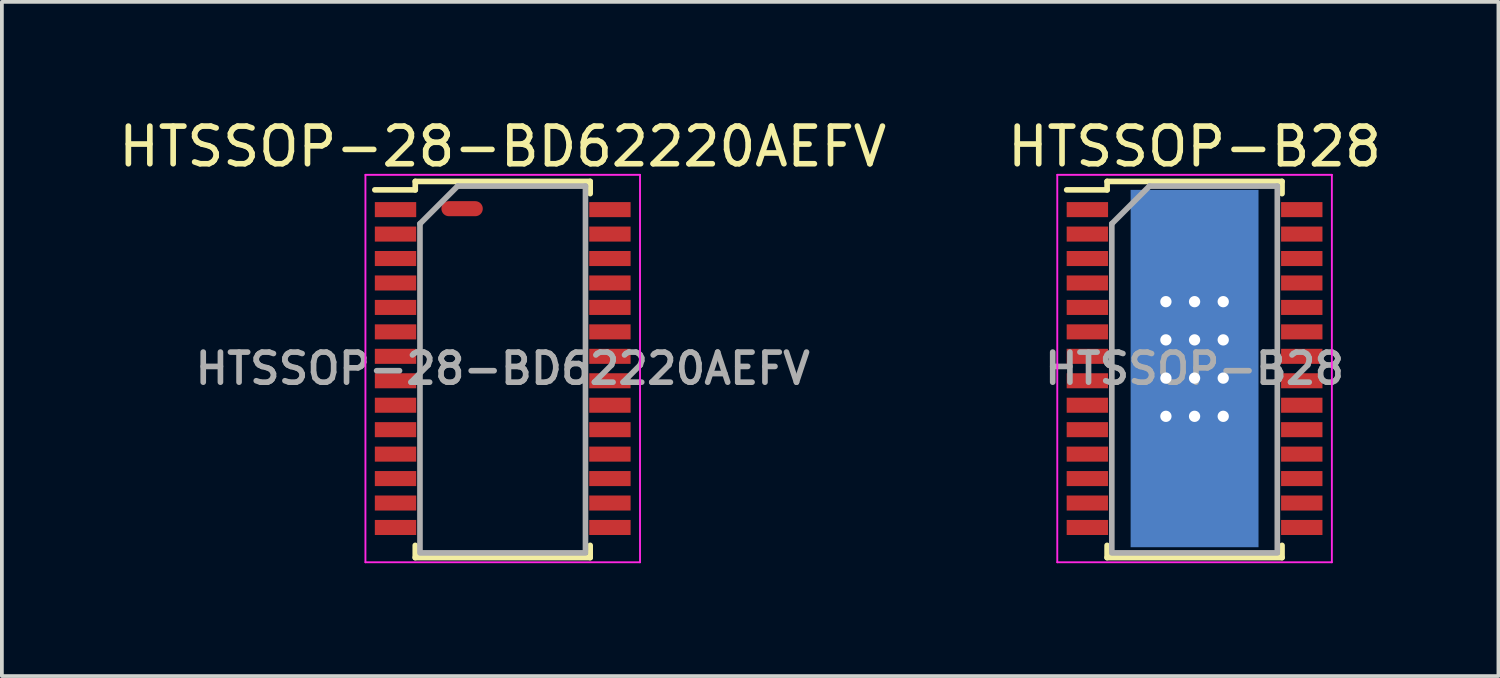
<source format=kicad_pcb>
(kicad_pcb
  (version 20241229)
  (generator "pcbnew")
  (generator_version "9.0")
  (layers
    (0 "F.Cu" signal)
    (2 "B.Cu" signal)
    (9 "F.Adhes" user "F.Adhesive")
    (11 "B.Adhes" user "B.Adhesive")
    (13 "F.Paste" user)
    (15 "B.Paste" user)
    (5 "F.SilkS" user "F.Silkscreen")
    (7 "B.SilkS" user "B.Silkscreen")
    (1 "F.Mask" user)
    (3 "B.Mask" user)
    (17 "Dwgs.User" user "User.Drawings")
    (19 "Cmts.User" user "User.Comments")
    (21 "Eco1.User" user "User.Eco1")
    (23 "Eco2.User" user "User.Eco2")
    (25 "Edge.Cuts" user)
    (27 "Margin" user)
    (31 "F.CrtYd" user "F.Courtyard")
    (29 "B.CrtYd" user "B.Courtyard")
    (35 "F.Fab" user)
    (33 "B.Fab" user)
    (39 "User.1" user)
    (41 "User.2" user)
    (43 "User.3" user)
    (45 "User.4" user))
  (footprint "HTSSOP-28-BD62220AEFV"
    (layer "F.Cu")
    (at 10.315 6.748)
    (property "Reference" "HTSSOP-28-BD62220AEFV" (at 0 -5.9 0) (layer "F.SilkS") (effects (font (size 1 1) (thickness 0.15))))
    (attr smd)
    (fp_poly (pts (xy -1.45 -2.75) (xy 1.45 -2.75) (xy 1.45 2.75) (xy -1.45 2.75)) (stroke (width 0.01) (type solid)) (fill yes) (layer "F.Mask"))
    (fp_line (start -2.325 -4.975) (end -2.325 -4.75) (stroke (width 0.15) (type solid)) (layer "F.SilkS"))
    (fp_line (start -2.325 -4.975) (end 2.325 -4.975) (stroke (width 0.15) (type solid)) (layer "F.SilkS"))
    (fp_line (start -2.325 -4.75) (end -3.4 -4.75) (stroke (width 0.15) (type solid)) (layer "F.SilkS"))
    (fp_line (start -2.325 5.026) (end -2.325 4.701) (stroke (width 0.15) (type solid)) (layer "F.SilkS"))
    (fp_line (start -2.325 5.026) (end 2.325 5.026) (stroke (width 0.15) (type solid)) (layer "F.SilkS"))
    (fp_line (start 2.325 -4.975) (end 2.325 -4.65) (stroke (width 0.15) (type solid)) (layer "F.SilkS"))
    (fp_line (start 2.325 5.026) (end 2.325 4.701) (stroke (width 0.15) (type solid)) (layer "F.SilkS"))
    (fp_line (start -3.65 -5.15) (end -3.65 5.15) (stroke (width 0.05) (type solid)) (layer "F.CrtYd"))
    (fp_line (start -3.65 -5.15) (end 3.65 -5.15) (stroke (width 0.05) (type solid)) (layer "F.CrtYd"))
    (fp_line (start -3.65 5.15) (end 3.65 5.15) (stroke (width 0.05) (type solid)) (layer "F.CrtYd"))
    (fp_line (start 3.65 -5.15) (end 3.65 5.15) (stroke (width 0.05) (type solid)) (layer "F.CrtYd"))
    (fp_line (start -2.2 -3.85) (end -1.2 -4.85) (stroke (width 0.15) (type solid)) (layer "F.Fab"))
    (fp_line (start -2.2 4.85) (end -2.2 -3.85) (stroke (width 0.15) (type solid)) (layer "F.Fab"))
    (fp_line (start -1.2 -4.85) (end 2.2 -4.85) (stroke (width 0.15) (type solid)) (layer "F.Fab"))
    (fp_line (start 2.2 -4.85) (end 2.2 4.85) (stroke (width 0.15) (type solid)) (layer "F.Fab"))
    (fp_line (start 2.2 4.901) (end -2.2 4.901) (stroke (width 0.15) (type solid)) (layer "F.Fab"))
    (fp_text user "${REFERENCE}" (at 0 0 0) (layer "F.Fab") (effects (font (size 0.8 0.8) (thickness 0.15))))
    (pad "1" smd rect (at -2.85 -4.225) (size 1.1 0.4) (layers "F.Cu" "F.Mask" "F.Paste"))
    (pad "2" smd rect (at -2.85 -3.575) (size 1.1 0.4) (layers "F.Cu" "F.Mask" "F.Paste"))
    (pad "3" smd rect (at -2.85 -2.925) (size 1.1 0.4) (layers "F.Cu" "F.Mask" "F.Paste"))
    (pad "4" smd rect (at -2.85 -2.275) (size 1.1 0.4) (layers "F.Cu" "F.Mask" "F.Paste"))
    (pad "5" smd rect (at -2.85 -1.625) (size 1.1 0.4) (layers "F.Cu" "F.Mask" "F.Paste"))
    (pad "6" smd rect (at -2.85 -0.975) (size 1.1 0.4) (layers "F.Cu" "F.Mask" "F.Paste"))
    (pad "7" smd rect (at -2.85 -0.325) (size 1.1 0.4) (layers "F.Cu" "F.Mask" "F.Paste"))
    (pad "8" smd rect (at -2.85 0.325) (size 1.1 0.4) (layers "F.Cu" "F.Mask" "F.Paste"))
    (pad "9" smd rect (at -2.85 0.975) (size 1.1 0.4) (layers "F.Cu" "F.Mask" "F.Paste"))
    (pad "10" smd rect (at -2.85 1.625) (size 1.1 0.4) (layers "F.Cu" "F.Mask" "F.Paste"))
    (pad "11" smd rect (at -2.85 2.275) (size 1.1 0.4) (layers "F.Cu" "F.Mask" "F.Paste"))
    (pad "12" smd rect (at -2.85 2.925) (size 1.1 0.4) (layers "F.Cu" "F.Mask" "F.Paste"))
    (pad "13" smd rect (at -2.85 3.575) (size 1.1 0.4) (layers "F.Cu" "F.Mask" "F.Paste"))
    (pad "14" smd rect (at -2.85 4.225) (size 1.1 0.4) (layers "F.Cu" "F.Mask" "F.Paste"))
    (pad "15" smd rect (at 2.85 4.225) (size 1.1 0.4) (layers "F.Cu" "F.Mask" "F.Paste"))
    (pad "16" smd rect (at 2.85 3.575) (size 1.1 0.4) (layers "F.Cu" "F.Mask" "F.Paste"))
    (pad "17" smd rect (at 2.85 2.925) (size 1.1 0.4) (layers "F.Cu" "F.Mask" "F.Paste"))
    (pad "18" smd rect (at 2.85 2.275) (size 1.1 0.4) (layers "F.Cu" "F.Mask" "F.Paste"))
    (pad "19" smd rect (at 2.85 1.625) (size 1.1 0.4) (layers "F.Cu" "F.Mask" "F.Paste"))
    (pad "20" smd rect (at 2.85 0.975) (size 1.1 0.4) (layers "F.Cu" "F.Mask" "F.Paste"))
    (pad "21" smd rect (at 2.85 0.325) (size 1.1 0.4) (layers "F.Cu" "F.Mask" "F.Paste"))
    (pad "22" smd rect (at 2.85 -0.325) (size 1.1 0.4) (layers "F.Cu" "F.Mask" "F.Paste"))
    (pad "23" smd rect (at 2.85 -0.975) (size 1.1 0.4) (layers "F.Cu" "F.Mask" "F.Paste"))
    (pad "24" smd rect (at 2.85 -1.625) (size 1.1 0.4) (layers "F.Cu" "F.Mask" "F.Paste"))
    (pad "25" smd rect (at 2.85 -2.275) (size 1.1 0.4) (layers "F.Cu" "F.Mask" "F.Paste"))
    (pad "26" smd rect (at 2.85 -2.925) (size 1.1 0.4) (layers "F.Cu" "F.Mask" "F.Paste"))
    (pad "27" smd rect (at 2.85 -3.575) (size 1.1 0.4) (layers "F.Cu" "F.Mask" "F.Paste"))
    (pad "28" smd rect (at 2.85 -4.225) (size 1.1 0.4) (layers "F.Cu" "F.Mask" "F.Paste"))
    (pad "29" smd oval (at -1.08 -4.25) (size 1.1 0.4) (layers "F.Cu")))
  (footprint "HTSSOP-B28"
    (layer "F.Cu")
    (at 28.708 6.748)
    (property "Reference" "HTSSOP-B28" (at 0 -5.9 0) (layer "F.SilkS") (effects (font (size 1 1) (thickness 0.15))))
    (attr smd)
    (fp_line (start -2.325 -4.975) (end -2.325 -4.75) (stroke (width 0.15) (type solid)) (layer "F.SilkS"))
    (fp_line (start -2.325 -4.975) (end 2.325 -4.975) (stroke (width 0.15) (type solid)) (layer "F.SilkS"))
    (fp_line (start -2.325 -4.75) (end -3.4 -4.75) (stroke (width 0.15) (type solid)) (layer "F.SilkS"))
    (fp_line (start -2.325 5.026) (end -2.325 4.701) (stroke (width 0.15) (type solid)) (layer "F.SilkS"))
    (fp_line (start -2.325 5.026) (end 2.325 5.026) (stroke (width 0.15) (type solid)) (layer "F.SilkS"))
    (fp_line (start 2.325 -4.975) (end 2.325 -4.65) (stroke (width 0.15) (type solid)) (layer "F.SilkS"))
    (fp_line (start 2.325 5.026) (end 2.325 4.701) (stroke (width 0.15) (type solid)) (layer "F.SilkS"))
    (fp_line (start -3.65 -5.15) (end -3.65 5.15) (stroke (width 0.05) (type solid)) (layer "F.CrtYd"))
    (fp_line (start -3.65 -5.15) (end 3.65 -5.15) (stroke (width 0.05) (type solid)) (layer "F.CrtYd"))
    (fp_line (start -3.65 5.15) (end 3.65 5.15) (stroke (width 0.05) (type solid)) (layer "F.CrtYd"))
    (fp_line (start 3.65 -5.15) (end 3.65 5.15) (stroke (width 0.05) (type solid)) (layer "F.CrtYd"))
    (fp_line (start -2.2 -3.85) (end -1.2 -4.85) (stroke (width 0.15) (type solid)) (layer "F.Fab"))
    (fp_line (start -2.2 4.85) (end -2.2 -3.85) (stroke (width 0.15) (type solid)) (layer "F.Fab"))
    (fp_line (start -1.2 -4.85) (end 2.2 -4.85) (stroke (width 0.15) (type solid)) (layer "F.Fab"))
    (fp_line (start 2.2 -4.85) (end 2.2 4.85) (stroke (width 0.15) (type solid)) (layer "F.Fab"))
    (fp_line (start 2.2 4.901) (end -2.2 4.901) (stroke (width 0.15) (type solid)) (layer "F.Fab"))
    (fp_text user "${REFERENCE}" (at 0 0 0) (layer "F.Fab") (effects (font (size 0.8 0.8) (thickness 0.15))))
    (pad "" smd rect (at 0 0) (size 2.9 5.5) (layers "F.Paste"))
    (pad "1" smd rect (at -2.85 -4.225) (size 1.1 0.4) (layers "F.Cu" "F.Mask" "F.Paste"))
    (pad "2" smd rect (at -2.85 -3.575) (size 1.1 0.4) (layers "F.Cu" "F.Mask" "F.Paste"))
    (pad "3" smd rect (at -2.85 -2.925) (size 1.1 0.4) (layers "F.Cu" "F.Mask" "F.Paste"))
    (pad "4" smd rect (at -2.85 -2.275) (size 1.1 0.4) (layers "F.Cu" "F.Mask" "F.Paste"))
    (pad "5" smd rect (at -2.85 -1.625) (size 1.1 0.4) (layers "F.Cu" "F.Mask" "F.Paste"))
    (pad "6" smd rect (at -2.85 -0.975) (size 1.1 0.4) (layers "F.Cu" "F.Mask" "F.Paste"))
    (pad "7" smd rect (at -2.85 -0.325) (size 1.1 0.4) (layers "F.Cu" "F.Mask" "F.Paste"))
    (pad "8" smd rect (at -2.85 0.325) (size 1.1 0.4) (layers "F.Cu" "F.Mask" "F.Paste"))
    (pad "9" smd rect (at -2.85 0.975) (size 1.1 0.4) (layers "F.Cu" "F.Mask" "F.Paste"))
    (pad "10" smd rect (at -2.85 1.625) (size 1.1 0.4) (layers "F.Cu" "F.Mask" "F.Paste"))
    (pad "11" smd rect (at -2.85 2.275) (size 1.1 0.4) (layers "F.Cu" "F.Mask" "F.Paste"))
    (pad "12" smd rect (at -2.85 2.925) (size 1.1 0.4) (layers "F.Cu" "F.Mask" "F.Paste"))
    (pad "13" smd rect (at -2.85 3.575) (size 1.1 0.4) (layers "F.Cu" "F.Mask" "F.Paste"))
    (pad "14" smd rect (at -2.85 4.225) (size 1.1 0.4) (layers "F.Cu" "F.Mask" "F.Paste"))
    (pad "15" smd rect (at 2.85 4.225) (size 1.1 0.4) (layers "F.Cu" "F.Mask" "F.Paste"))
    (pad "16" smd rect (at 2.85 3.575) (size 1.1 0.4) (layers "F.Cu" "F.Mask" "F.Paste"))
    (pad "17" smd rect (at 2.85 2.925) (size 1.1 0.4) (layers "F.Cu" "F.Mask" "F.Paste"))
    (pad "18" smd rect (at 2.85 2.275) (size 1.1 0.4) (layers "F.Cu" "F.Mask" "F.Paste"))
    (pad "19" smd rect (at 2.85 1.625) (size 1.1 0.4) (layers "F.Cu" "F.Mask" "F.Paste"))
    (pad "20" smd rect (at 2.85 0.975) (size 1.1 0.4) (layers "F.Cu" "F.Mask" "F.Paste"))
    (pad "21" smd rect (at 2.85 0.325) (size 1.1 0.4) (layers "F.Cu" "F.Mask" "F.Paste"))
    (pad "22" smd rect (at 2.85 -0.325) (size 1.1 0.4) (layers "F.Cu" "F.Mask" "F.Paste"))
    (pad "23" smd rect (at 2.85 -0.975) (size 1.1 0.4) (layers "F.Cu" "F.Mask" "F.Paste"))
    (pad "24" smd rect (at 2.85 -1.625) (size 1.1 0.4) (layers "F.Cu" "F.Mask" "F.Paste"))
    (pad "25" smd rect (at 2.85 -2.275) (size 1.1 0.4) (layers "F.Cu" "F.Mask" "F.Paste"))
    (pad "26" smd rect (at 2.85 -2.925) (size 1.1 0.4) (layers "F.Cu" "F.Mask" "F.Paste"))
    (pad "27" smd rect (at 2.85 -3.575) (size 1.1 0.4) (layers "F.Cu" "F.Mask" "F.Paste"))
    (pad "28" smd rect (at 2.85 -4.225) (size 1.1 0.4) (layers "F.Cu" "F.Mask" "F.Paste"))
    (pad "29" thru_hole circle (at -0.762 -1.778) (size 0.6 0.6) (drill 0.3) (layers "*.Cu"))
    (pad "29" thru_hole circle (at -0.762 -0.762) (size 0.6 0.6) (drill 0.3) (layers "*.Cu"))
    (pad "29" thru_hole circle (at -0.762 0.254) (size 0.6 0.6) (drill 0.3) (layers "*.Cu"))
    (pad "29" thru_hole circle (at -0.762 1.27) (size 0.6 0.6) (drill 0.3) (layers "*.Cu"))
    (pad "29" thru_hole circle (at 0 -1.778) (size 0.6 0.6) (drill 0.3) (layers "*.Cu"))
    (pad "29" thru_hole circle (at 0 -0.762) (size 0.6 0.6) (drill 0.3) (layers "*.Cu"))
    (pad "29" smd rect (at 0 0) (size 2.9 5.5) (layers "F.Cu" "F.Mask"))
    (pad "29" smd rect (at 0 0) (size 3.4 9.5) (layers "B.Cu"))
    (pad "29" thru_hole circle (at 0 0.254) (size 0.6 0.6) (drill 0.3) (layers "*.Cu"))
    (pad "29" thru_hole circle (at 0 1.27) (size 0.6 0.6) (drill 0.3) (layers "*.Cu"))
    (pad "29" thru_hole circle (at 0.762 -1.778) (size 0.6 0.6) (drill 0.3) (layers "*.Cu"))
    (pad "29" thru_hole circle (at 0.762 -0.762) (size 0.6 0.6) (drill 0.3) (layers "*.Cu"))
    (pad "29" thru_hole circle (at 0.762 0.254) (size 0.6 0.6) (drill 0.3) (layers "*.Cu"))
    (pad "29" thru_hole circle (at 0.762 1.27) (size 0.6 0.6) (drill 0.3) (layers "*.Cu")))
  (gr_rect
    (start -3 -3)
    (end 36.786 14.923)
    (stroke (width 0.1) (type default))
    (fill no)
    (layer "Edge.Cuts")))
</source>
